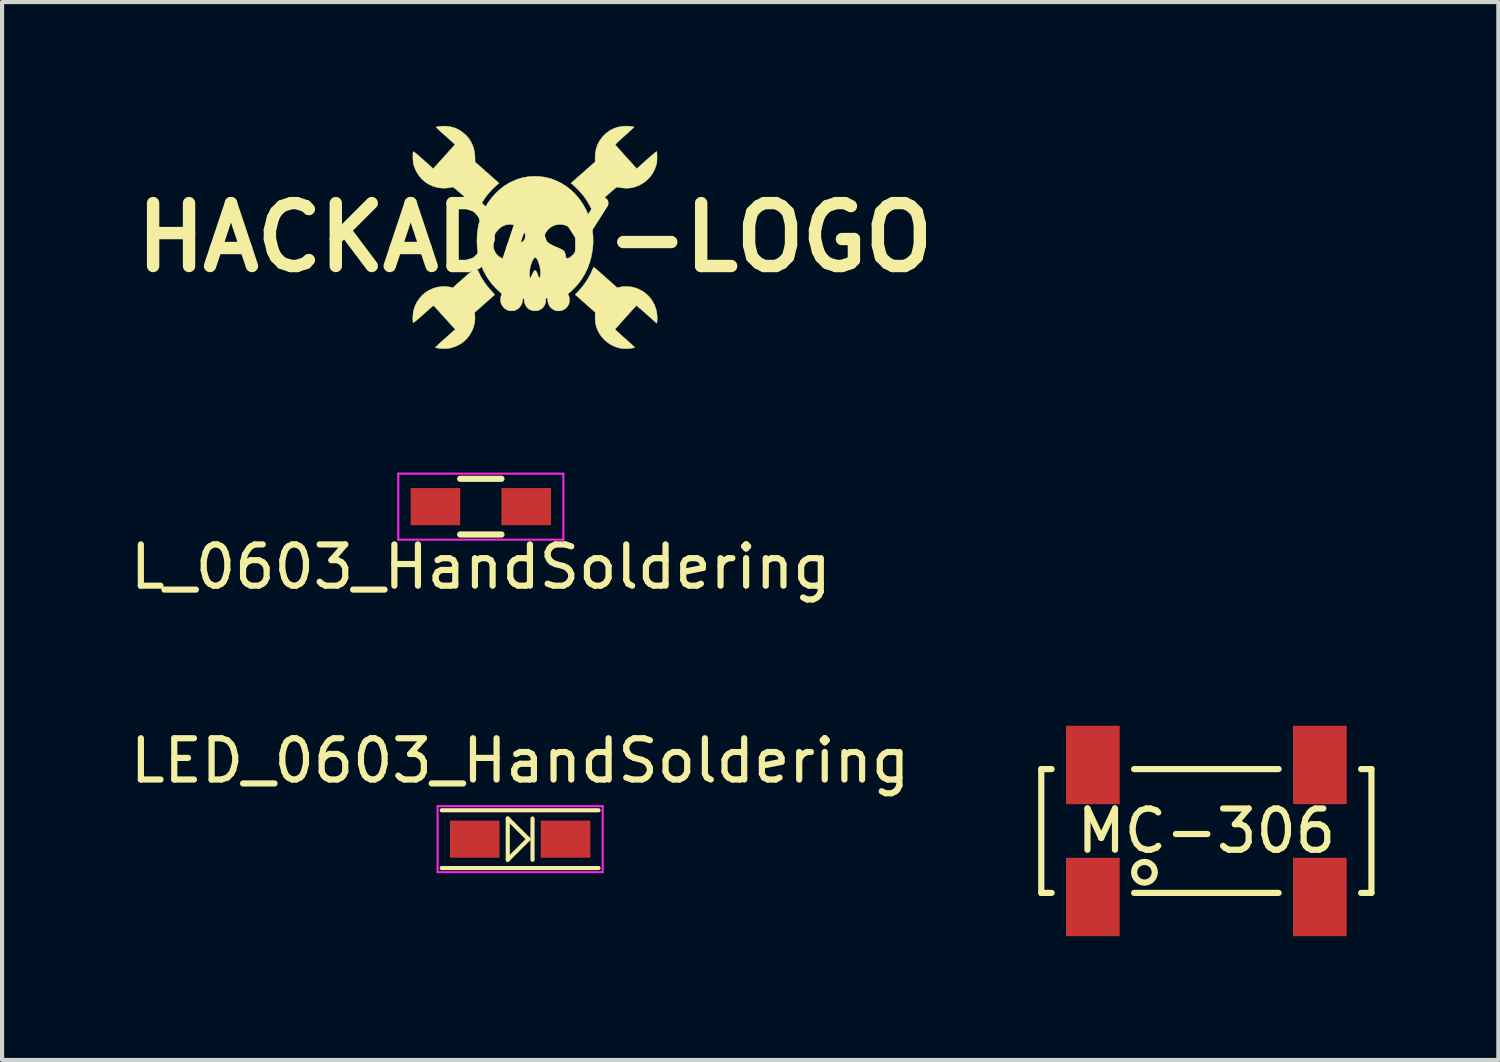
<source format=kicad_pcb>
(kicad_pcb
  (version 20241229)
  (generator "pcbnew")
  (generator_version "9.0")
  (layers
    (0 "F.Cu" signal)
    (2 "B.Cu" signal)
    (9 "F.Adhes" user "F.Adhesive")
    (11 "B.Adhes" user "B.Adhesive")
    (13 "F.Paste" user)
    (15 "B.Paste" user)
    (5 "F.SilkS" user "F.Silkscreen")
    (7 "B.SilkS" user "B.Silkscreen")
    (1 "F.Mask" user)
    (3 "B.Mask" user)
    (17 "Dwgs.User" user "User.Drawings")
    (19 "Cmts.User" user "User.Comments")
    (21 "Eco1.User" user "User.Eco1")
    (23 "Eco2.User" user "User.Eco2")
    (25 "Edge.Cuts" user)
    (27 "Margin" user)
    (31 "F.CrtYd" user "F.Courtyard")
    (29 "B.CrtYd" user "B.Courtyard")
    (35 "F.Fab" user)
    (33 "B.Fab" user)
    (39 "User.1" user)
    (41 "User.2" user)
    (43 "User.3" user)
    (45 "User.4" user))
  (footprint "LED_0603_HandSoldering"
    (layer "F.Cu")
    (at 9.554 17.284)
    (property "Reference" "LED_0603_HandSoldering" (at 0 -1.9 0) (layer "F.SilkS") (effects (font (size 1 1) (thickness 0.15))))
    (attr smd)
    (fp_line (start -1.9 0.7) (end 1.9 0.7) (stroke (width 0.1) (type solid)) (layer "F.SilkS"))
    (fp_line (start -0.3 -0.5) (end -0.3 0.5) (stroke (width 0.1) (type solid)) (layer "F.SilkS"))
    (fp_line (start -0.3 0.5) (end 0.2 0) (stroke (width 0.1) (type solid)) (layer "F.SilkS"))
    (fp_line (start 0.2 0) (end -0.3 -0.5) (stroke (width 0.1) (type solid)) (layer "F.SilkS"))
    (fp_line (start 0.3 -0.5) (end 0.3 0.5) (stroke (width 0.1) (type solid)) (layer "F.SilkS"))
    (fp_line (start 1.9 -0.7) (end -1.9 -0.7) (stroke (width 0.1) (type solid)) (layer "F.SilkS"))
    (fp_line (start -2 -0.8) (end -2 0.8) (stroke (width 0.05) (type solid)) (layer "F.CrtYd"))
    (fp_line (start -2 -0.8) (end 2 -0.8) (stroke (width 0.05) (type solid)) (layer "F.CrtYd"))
    (fp_line (start -2 0.8) (end 2 0.8) (stroke (width 0.05) (type solid)) (layer "F.CrtYd"))
    (fp_line (start 2 -0.8) (end 2 0.8) (stroke (width 0.05) (type solid)) (layer "F.CrtYd"))
    (pad "1" smd rect (at -1.1 0) (size 1.2 0.9) (layers "F.Cu" "F.Mask" "F.Paste"))
    (pad "2" smd rect (at 1.1 0) (size 1.2 0.9) (layers "F.Cu" "F.Mask" "F.Paste")))
  (footprint "HACKADAY-LOGO"
    (layer "F.Cu")
    (at 9.913 2.706)
    (property "Reference" "HACKADAY-LOGO" (at 0 0 0) (layer "F.SilkS") (effects (font (size 1.524 1.524) (thickness 0.3))))
    (attr through_hole)
    (fp_poly (pts (xy 1.435 0.726) (xy 1.454 0.742) (xy 1.483 0.766) (xy 1.521 0.799) (xy 1.566 0.838) (xy 1.617 0.883) (xy 1.673 0.932) (xy 1.713 0.968) (xy 1.991 1.216) (xy 2.064 1.2) (xy 2.131 1.19) (xy 2.207 1.187) (xy 2.284 1.191) (xy 2.357 1.2) (xy 2.404 1.211) (xy 2.512 1.25) (xy 2.611 1.302) (xy 2.699 1.368) (xy 2.777 1.444) (xy 2.842 1.532) (xy 2.895 1.628) (xy 2.933 1.733) (xy 2.947 1.791) (xy 2.956 1.847) (xy 2.961 1.908) (xy 2.962 1.969) (xy 2.959 2.022) (xy 2.956 2.044) (xy 2.951 2.076) (xy 2.706 1.859) (xy 2.652 1.811) (xy 2.601 1.767) (xy 2.556 1.728) (xy 2.517 1.696) (xy 2.487 1.671) (xy 2.466 1.654) (xy 2.456 1.648) (xy 2.455 1.648) (xy 2.364 1.749) (xy 2.28 1.842) (xy 2.205 1.925) (xy 2.138 2) (xy 2.08 2.064) (xy 2.032 2.119) (xy 1.993 2.163) (xy 1.965 2.196) (xy 1.947 2.217) (xy 1.941 2.226) (xy 1.941 2.227) (xy 1.947 2.234) (xy 1.965 2.251) (xy 1.993 2.276) (xy 2.029 2.309) (xy 2.073 2.349) (xy 2.122 2.393) (xy 2.175 2.44) (xy 2.183 2.447) (xy 2.237 2.495) (xy 2.286 2.539) (xy 2.329 2.578) (xy 2.366 2.612) (xy 2.394 2.638) (xy 2.412 2.656) (xy 2.419 2.663) (xy 2.419 2.664) (xy 2.41 2.667) (xy 2.388 2.672) (xy 2.358 2.678) (xy 2.35 2.68) (xy 2.291 2.688) (xy 2.223 2.691) (xy 2.154 2.69) (xy 2.09 2.685) (xy 2.053 2.678) (xy 1.949 2.648) (xy 1.85 2.602) (xy 1.759 2.543) (xy 1.677 2.473) (xy 1.606 2.392) (xy 1.547 2.301) (xy 1.507 2.216) (xy 1.481 2.137) (xy 1.465 2.059) (xy 1.458 1.976) (xy 1.458 1.916) (xy 1.46 1.812) (xy 1.249 1.625) (xy 1.197 1.579) (xy 1.147 1.535) (xy 1.103 1.495) (xy 1.064 1.461) (xy 1.034 1.434) (xy 1.013 1.416) (xy 1.006 1.409) (xy 0.975 1.382) (xy 1.047 1.307) (xy 1.137 1.206) (xy 1.22 1.096) (xy 1.294 0.98) (xy 1.357 0.862) (xy 1.386 0.798) (xy 1.4 0.765) (xy 1.413 0.739) (xy 1.423 0.724) (xy 1.427 0.72) (xy 1.435 0.726)) (stroke (width 0.01) (type solid)) (fill yes) (layer "F.SilkS"))
    (fp_poly (pts (xy -2.183 -2.699) (xy -2.166 -2.699) (xy -2.056 -2.687) (xy -1.953 -2.66) (xy -1.856 -2.618) (xy -1.765 -2.56) (xy -1.678 -2.486) (xy -1.678 -2.486) (xy -1.605 -2.405) (xy -1.547 -2.314) (xy -1.502 -2.214) (xy -1.471 -2.107) (xy -1.455 -1.993) (xy -1.453 -1.938) (xy -1.452 -1.832) (xy -1.291 -1.689) (xy -1.237 -1.641) (xy -1.178 -1.589) (xy -1.119 -1.536) (xy -1.063 -1.486) (xy -1.014 -1.443) (xy -1 -1.431) (xy -0.871 -1.318) (xy -0.907 -1.288) (xy -1.007 -1.198) (xy -1.103 -1.096) (xy -1.193 -0.984) (xy -1.272 -0.867) (xy -1.329 -0.767) (xy -1.346 -0.736) (xy -1.36 -0.712) (xy -1.369 -0.697) (xy -1.372 -0.695) (xy -1.379 -0.7) (xy -1.397 -0.716) (xy -1.426 -0.741) (xy -1.463 -0.774) (xy -1.508 -0.813) (xy -1.559 -0.858) (xy -1.616 -0.909) (xy -1.676 -0.962) (xy -1.749 -1.026) (xy -1.81 -1.08) (xy -1.861 -1.124) (xy -1.902 -1.159) (xy -1.934 -1.185) (xy -1.958 -1.204) (xy -1.976 -1.217) (xy -1.987 -1.223) (xy -1.994 -1.224) (xy -2.064 -1.209) (xy -2.141 -1.199) (xy -2.217 -1.196) (xy -2.248 -1.197) (xy -2.36 -1.211) (xy -2.466 -1.241) (xy -2.565 -1.286) (xy -2.657 -1.344) (xy -2.739 -1.416) (xy -2.811 -1.499) (xy -2.87 -1.594) (xy -2.884 -1.621) (xy -2.914 -1.69) (xy -2.936 -1.753) (xy -2.949 -1.816) (xy -2.956 -1.885) (xy -2.958 -1.947) (xy -2.958 -1.992) (xy -2.956 -2.031) (xy -2.954 -2.06) (xy -2.95 -2.076) (xy -2.95 -2.077) (xy -2.946 -2.079) (xy -2.938 -2.077) (xy -2.926 -2.07) (xy -2.909 -2.058) (xy -2.885 -2.04) (xy -2.855 -2.014) (xy -2.816 -1.981) (xy -2.769 -1.94) (xy -2.712 -1.889) (xy -2.645 -1.829) (xy -2.566 -1.758) (xy -2.534 -1.73) (xy -2.465 -1.667) (xy -2.201 -1.96) (xy -1.937 -2.253) (xy -1.954 -2.272) (xy -1.965 -2.282) (xy -1.986 -2.301) (xy -2.017 -2.329) (xy -2.056 -2.364) (xy -2.101 -2.404) (xy -2.15 -2.448) (xy -2.187 -2.481) (xy -2.244 -2.531) (xy -2.293 -2.575) (xy -2.333 -2.613) (xy -2.364 -2.643) (xy -2.384 -2.664) (xy -2.393 -2.675) (xy -2.393 -2.677) (xy -2.371 -2.685) (xy -2.336 -2.692) (xy -2.29 -2.697) (xy -2.238 -2.699) (xy -2.183 -2.699)) (stroke (width 0.01) (type solid)) (fill yes) (layer "F.SilkS"))
    (fp_poly (pts (xy -1.418 0.727) (xy -1.408 0.747) (xy -1.394 0.776) (xy -1.382 0.802) (xy -1.309 0.951) (xy -1.221 1.091) (xy -1.12 1.222) (xy -1.059 1.289) (xy -1.028 1.323) (xy -1.003 1.351) (xy -0.986 1.373) (xy -0.978 1.386) (xy -0.979 1.388) (xy -0.987 1.395) (xy -1.006 1.412) (xy -1.034 1.437) (xy -1.071 1.47) (xy -1.114 1.507) (xy -1.161 1.549) (xy -1.181 1.567) (xy -1.232 1.612) (xy -1.281 1.656) (xy -1.326 1.695) (xy -1.365 1.729) (xy -1.395 1.757) (xy -1.416 1.775) (xy -1.419 1.778) (xy -1.462 1.816) (xy -1.456 1.875) (xy -1.453 1.967) (xy -1.463 2.063) (xy -1.486 2.16) (xy -1.522 2.253) (xy -1.525 2.259) (xy -1.58 2.358) (xy -1.647 2.445) (xy -1.726 2.521) (xy -1.816 2.585) (xy -1.914 2.635) (xy -2.021 2.67) (xy -2.064 2.68) (xy -2.118 2.687) (xy -2.18 2.691) (xy -2.244 2.691) (xy -2.305 2.687) (xy -2.353 2.679) (xy -2.382 2.673) (xy -2.405 2.668) (xy -2.415 2.665) (xy -2.411 2.659) (xy -2.395 2.643) (xy -2.369 2.618) (xy -2.335 2.586) (xy -2.293 2.547) (xy -2.244 2.504) (xy -2.191 2.456) (xy -2.177 2.444) (xy -1.931 2.225) (xy -2.058 2.086) (xy -2.104 2.035) (xy -2.157 1.976) (xy -2.213 1.914) (xy -2.268 1.854) (xy -2.317 1.799) (xy -2.321 1.795) (xy -2.365 1.747) (xy -2.399 1.71) (xy -2.424 1.684) (xy -2.442 1.666) (xy -2.455 1.656) (xy -2.464 1.652) (xy -2.47 1.653) (xy -2.472 1.654) (xy -2.481 1.662) (xy -2.501 1.68) (xy -2.531 1.707) (xy -2.569 1.74) (xy -2.614 1.78) (xy -2.664 1.824) (xy -2.716 1.87) (xy -2.777 1.925) (xy -2.828 1.969) (xy -2.867 2.003) (xy -2.898 2.028) (xy -2.921 2.046) (xy -2.937 2.057) (xy -2.946 2.062) (xy -2.952 2.061) (xy -2.953 2.06) (xy -2.956 2.041) (xy -2.958 2.008) (xy -2.959 1.967) (xy -2.958 1.921) (xy -2.955 1.875) (xy -2.952 1.831) (xy -2.947 1.794) (xy -2.944 1.775) (xy -2.909 1.666) (xy -2.861 1.566) (xy -2.8 1.476) (xy -2.729 1.396) (xy -2.648 1.328) (xy -2.558 1.272) (xy -2.461 1.23) (xy -2.358 1.201) (xy -2.249 1.188) (xy -2.172 1.188) (xy -2.128 1.191) (xy -2.086 1.196) (xy -2.05 1.202) (xy -2.034 1.205) (xy -1.989 1.218) (xy -1.945 1.177) (xy -1.912 1.147) (xy -1.872 1.111) (xy -1.826 1.071) (xy -1.777 1.027) (xy -1.726 0.982) (xy -1.674 0.936) (xy -1.623 0.891) (xy -1.574 0.849) (xy -1.53 0.81) (xy -1.491 0.777) (xy -1.46 0.75) (xy -1.437 0.731) (xy -1.425 0.721) (xy -1.424 0.72) (xy -1.418 0.727)) (stroke (width 0.01) (type solid)) (fill yes) (layer "F.SilkS"))
    (fp_poly (pts (xy 2.25 -2.7) (xy 2.296 -2.696) (xy 2.337 -2.692) (xy 2.371 -2.686) (xy 2.393 -2.679) (xy 2.398 -2.676) (xy 2.393 -2.67) (xy 2.377 -2.653) (xy 2.351 -2.628) (xy 2.316 -2.595) (xy 2.274 -2.557) (xy 2.226 -2.514) (xy 2.174 -2.467) (xy 2.172 -2.465) (xy 2.104 -2.404) (xy 2.048 -2.353) (xy 2.003 -2.312) (xy 1.971 -2.28) (xy 1.952 -2.259) (xy 1.945 -2.249) (xy 1.945 -2.248) (xy 1.952 -2.24) (xy 1.969 -2.22) (xy 1.995 -2.191) (xy 2.029 -2.153) (xy 2.07 -2.108) (xy 2.116 -2.056) (xy 2.166 -2) (xy 2.209 -1.953) (xy 2.466 -1.668) (xy 2.522 -1.718) (xy 2.606 -1.792) (xy 2.677 -1.856) (xy 2.738 -1.91) (xy 2.789 -1.954) (xy 2.831 -1.991) (xy 2.865 -2.02) (xy 2.892 -2.043) (xy 2.912 -2.06) (xy 2.927 -2.071) (xy 2.937 -2.079) (xy 2.944 -2.082) (xy 2.948 -2.083) (xy 2.951 -2.082) (xy 2.954 -2.07) (xy 2.956 -2.044) (xy 2.958 -2.006) (xy 2.958 -1.959) (xy 2.958 -1.949) (xy 2.957 -1.892) (xy 2.955 -1.848) (xy 2.951 -1.812) (xy 2.945 -1.779) (xy 2.939 -1.757) (xy 2.902 -1.652) (xy 2.85 -1.554) (xy 2.786 -1.465) (xy 2.709 -1.386) (xy 2.623 -1.32) (xy 2.527 -1.266) (xy 2.423 -1.226) (xy 2.399 -1.219) (xy 2.321 -1.203) (xy 2.242 -1.196) (xy 2.158 -1.198) (xy 2.066 -1.21) (xy 1.998 -1.223) (xy 1.992 -1.223) (xy 1.983 -1.22) (xy 1.97 -1.213) (xy 1.953 -1.2) (xy 1.93 -1.182) (xy 1.9 -1.157) (xy 1.862 -1.125) (xy 1.815 -1.084) (xy 1.757 -1.033) (xy 1.689 -0.972) (xy 1.676 -0.961) (xy 1.616 -0.908) (xy 1.559 -0.858) (xy 1.508 -0.812) (xy 1.463 -0.773) (xy 1.425 -0.74) (xy 1.397 -0.715) (xy 1.378 -0.7) (xy 1.371 -0.694) (xy 1.366 -0.701) (xy 1.355 -0.72) (xy 1.341 -0.747) (xy 1.334 -0.76) (xy 1.296 -0.83) (xy 1.249 -0.907) (xy 1.196 -0.984) (xy 1.156 -1.037) (xy 1.131 -1.067) (xy 1.099 -1.103) (xy 1.061 -1.142) (xy 1.022 -1.183) (xy 0.983 -1.221) (xy 0.948 -1.255) (xy 0.918 -1.282) (xy 0.896 -1.299) (xy 0.895 -1.299) (xy 0.871 -1.315) (xy 0.92 -1.358) (xy 0.937 -1.373) (xy 0.965 -1.399) (xy 1.003 -1.432) (xy 1.048 -1.472) (xy 1.098 -1.516) (xy 1.153 -1.565) (xy 1.21 -1.615) (xy 1.214 -1.618) (xy 1.459 -1.835) (xy 1.457 -1.932) (xy 1.463 -2.046) (xy 1.484 -2.155) (xy 1.52 -2.258) (xy 1.572 -2.353) (xy 1.574 -2.355) (xy 1.643 -2.447) (xy 1.723 -2.526) (xy 1.811 -2.591) (xy 1.907 -2.641) (xy 2.011 -2.676) (xy 2.12 -2.696) (xy 2.205 -2.701) (xy 2.25 -2.7)) (stroke (width 0.01) (type solid)) (fill yes) (layer "F.SilkS"))
    (fp_poly (pts (xy 0.095 -1.481) (xy 0.239 -1.463) (xy 0.379 -1.429) (xy 0.513 -1.379) (xy 0.642 -1.315) (xy 0.765 -1.237) (xy 0.88 -1.145) (xy 0.986 -1.041) (xy 1.083 -0.924) (xy 1.17 -0.796) (xy 1.246 -0.657) (xy 1.252 -0.643) (xy 1.314 -0.494) (xy 1.36 -0.34) (xy 1.391 -0.182) (xy 1.408 -0.022) (xy 1.409 0.138) (xy 1.395 0.298) (xy 1.367 0.455) (xy 1.325 0.609) (xy 1.268 0.758) (xy 1.198 0.901) (xy 1.113 1.036) (xy 1.042 1.129) (xy 1.008 1.169) (xy 0.965 1.214) (xy 0.919 1.26) (xy 0.874 1.303) (xy 0.834 1.337) (xy 0.828 1.343) (xy 0.796 1.368) (xy 0.815 1.406) (xy 0.825 1.43) (xy 0.831 1.456) (xy 0.834 1.49) (xy 0.834 1.516) (xy 0.833 1.554) (xy 0.83 1.582) (xy 0.823 1.606) (xy 0.811 1.631) (xy 0.782 1.674) (xy 0.743 1.714) (xy 0.699 1.746) (xy 0.664 1.763) (xy 0.615 1.775) (xy 0.56 1.778) (xy 0.508 1.772) (xy 0.498 1.769) (xy 0.456 1.752) (xy 0.413 1.723) (xy 0.375 1.688) (xy 0.358 1.667) (xy 0.339 1.634) (xy 0.323 1.594) (xy 0.312 1.554) (xy 0.307 1.517) (xy 0.308 1.497) (xy 0.31 1.48) (xy 0.302 1.474) (xy 0.288 1.473) (xy 0.262 1.473) (xy 0.262 1.527) (xy 0.255 1.589) (xy 0.232 1.644) (xy 0.197 1.693) (xy 0.152 1.732) (xy 0.097 1.76) (xy 0.036 1.775) (xy -0.013 1.776) (xy -0.078 1.765) (xy -0.137 1.74) (xy -0.186 1.702) (xy -0.224 1.653) (xy -0.25 1.595) (xy -0.261 1.53) (xy -0.264 1.499) (xy -0.267 1.482) (xy -0.273 1.474) (xy -0.279 1.473) (xy -0.288 1.476) (xy -0.294 1.488) (xy -0.297 1.513) (xy -0.299 1.525) (xy -0.313 1.591) (xy -0.341 1.65) (xy -0.381 1.701) (xy -0.432 1.741) (xy -0.474 1.762) (xy -0.519 1.773) (xy -0.57 1.777) (xy -0.62 1.774) (xy -0.654 1.765) (xy -0.714 1.734) (xy -0.764 1.69) (xy -0.804 1.633) (xy -0.818 1.604) (xy -0.829 1.566) (xy -0.833 1.518) (xy -0.832 1.468) (xy -0.824 1.422) (xy -0.818 1.403) (xy -0.802 1.363) (xy -0.839 1.331) (xy -0.959 1.219) (xy -1.065 1.097) (xy -1.158 0.965) (xy -1.197 0.895) (xy -0.134 0.895) (xy -0.131 0.933) (xy -0.125 0.959) (xy -0.117 0.972) (xy -0.107 0.972) (xy -0.095 0.956) (xy -0.088 0.942) (xy -0.065 0.889) (xy -0.044 0.846) (xy -0.025 0.816) (xy -0.01 0.801) (xy -0.007 0.799) (xy 0.014 0.801) (xy 0.033 0.82) (xy 0.052 0.854) (xy 0.069 0.9) (xy 0.081 0.94) (xy 0.092 0.965) (xy 0.101 0.976) (xy 0.109 0.976) (xy 0.116 0.969) (xy 0.125 0.95) (xy 0.132 0.925) (xy 0.132 0.924) (xy 0.136 0.881) (xy 0.135 0.83) (xy 0.129 0.775) (xy 0.119 0.717) (xy 0.105 0.659) (xy 0.089 0.606) (xy 0.071 0.559) (xy 0.052 0.522) (xy 0.032 0.497) (xy 0.022 0.49) (xy 0.005 0.485) (xy -0.009 0.489) (xy -0.021 0.5) (xy -0.044 0.529) (xy -0.066 0.572) (xy -0.087 0.625) (xy -0.105 0.685) (xy -0.12 0.748) (xy -0.129 0.812) (xy -0.132 0.847) (xy -0.134 0.895) (xy -1.197 0.895) (xy -1.237 0.824) (xy -1.302 0.673) (xy -1.352 0.513) (xy -1.355 0.503) (xy -1.379 0.395) (xy -1.395 0.288) (xy -1.403 0.174) (xy -1.405 0.11) (xy -1.018 0.11) (xy -1.012 0.201) (xy -0.997 0.279) (xy -0.971 0.346) (xy -0.933 0.403) (xy -0.883 0.452) (xy -0.84 0.483) (xy -0.808 0.501) (xy -0.785 0.507) (xy -0.768 0.502) (xy -0.76 0.496) (xy -0.752 0.481) (xy -0.745 0.456) (xy -0.742 0.434) (xy -0.732 0.384) (xy -0.713 0.346) (xy -0.684 0.314) (xy -0.64 0.286) (xy -0.639 0.286) (xy -0.604 0.268) (xy -0.56 0.248) (xy -0.515 0.229) (xy -0.5 0.223) (xy -0.415 0.186) (xy -0.347 0.146) (xy -0.295 0.103) (xy -0.259 0.057) (xy -0.238 0.008) (xy -0.233 -0.034) (xy 0.236 -0.034) (xy 0.242 0.008) (xy 0.259 0.052) (xy 0.283 0.091) (xy 0.298 0.107) (xy 0.331 0.133) (xy 0.374 0.161) (xy 0.422 0.188) (xy 0.469 0.21) (xy 0.485 0.217) (xy 0.548 0.242) (xy 0.603 0.266) (xy 0.649 0.289) (xy 0.682 0.309) (xy 0.692 0.317) (xy 0.715 0.345) (xy 0.733 0.384) (xy 0.743 0.427) (xy 0.745 0.45) (xy 0.75 0.482) (xy 0.764 0.5) (xy 0.788 0.505) (xy 0.819 0.496) (xy 0.857 0.473) (xy 0.87 0.464) (xy 0.919 0.421) (xy 0.956 0.376) (xy 0.983 0.325) (xy 1.002 0.264) (xy 1.013 0.21) (xy 1.021 0.121) (xy 1.016 0.041) (xy 0.997 -0.033) (xy 0.963 -0.102) (xy 0.913 -0.168) (xy 0.885 -0.199) (xy 0.834 -0.246) (xy 0.782 -0.279) (xy 0.727 -0.301) (xy 0.665 -0.315) (xy 0.584 -0.319) (xy 0.506 -0.307) (xy 0.432 -0.28) (xy 0.365 -0.238) (xy 0.338 -0.215) (xy 0.289 -0.162) (xy 0.256 -0.112) (xy 0.239 -0.065) (xy 0.236 -0.034) (xy -0.233 -0.034) (xy -0.233 -0.035) (xy -0.234 -0.06) (xy -0.238 -0.08) (xy -0.247 -0.1) (xy -0.263 -0.126) (xy -0.275 -0.144) (xy -0.325 -0.207) (xy -0.38 -0.254) (xy -0.442 -0.286) (xy -0.447 -0.288) (xy -0.531 -0.312) (xy -0.612 -0.32) (xy -0.69 -0.311) (xy -0.764 -0.286) (xy -0.832 -0.245) (xy -0.895 -0.188) (xy -0.95 -0.119) (xy -0.984 -0.061) (xy -1.005 -0.002) (xy -1.016 0.062) (xy -1.018 0.11) (xy -1.405 0.11) (xy -1.405 0.076) (xy -1.4 -0.076) (xy -1.383 -0.219) (xy -1.354 -0.356) (xy -1.311 -0.493) (xy -1.286 -0.558) (xy -1.22 -0.703) (xy -1.142 -0.837) (xy -1.05 -0.962) (xy -0.944 -1.08) (xy -0.936 -1.088) (xy -0.841 -1.176) (xy -0.744 -1.25) (xy -0.641 -1.314) (xy -0.58 -1.346) (xy -0.447 -1.405) (xy -0.313 -1.447) (xy -0.177 -1.473) (xy -0.036 -1.484) (xy 0.095 -1.481)) (stroke (width 0.01) (type solid)) (fill yes) (layer "F.SilkS")))
  (footprint "MC-306"
    (layer "F.Cu")
    (at 26.182 17.086)
    (property "Reference" "MC-306" (at 0 0 0) (layer "F.SilkS") (effects (font (size 1 1) (thickness 0.15))))
    (attr through_hole)
    (fp_line (start -4 -1.5) (end -3.75 -1.5) (stroke (width 0.15) (type solid)) (layer "F.SilkS"))
    (fp_line (start -4 1.5) (end -4 -1.5) (stroke (width 0.15) (type solid)) (layer "F.SilkS"))
    (fp_line (start -4 1.5) (end -3.75 1.5) (stroke (width 0.15) (type solid)) (layer "F.SilkS"))
    (fp_line (start -1.75 -1.5) (end 1.75 -1.5) (stroke (width 0.15) (type solid)) (layer "F.SilkS"))
    (fp_line (start -1.75 1.5) (end 1.75 1.5) (stroke (width 0.15) (type solid)) (layer "F.SilkS"))
    (fp_line (start 3.75 -1.5) (end 4 -1.5) (stroke (width 0.15) (type solid)) (layer "F.SilkS"))
    (fp_line (start 3.75 1.5) (end 4 1.5) (stroke (width 0.15) (type solid)) (layer "F.SilkS"))
    (fp_line (start 4 1.5) (end 4 -1.5) (stroke (width 0.15) (type solid)) (layer "F.SilkS"))
    (fp_circle (center -1.5 1) (end -1.25 1) (stroke (width 0.15) (type solid)) (fill no) (layer "F.SilkS"))
    (pad "1" smd rect (at -2.75 1.6) (size 1.3 1.9) (layers "F.Cu" "F.Mask" "F.Paste"))
    (pad "2" smd rect (at 2.75 1.6) (size 1.3 1.9) (layers "F.Cu" "F.Mask" "F.Paste"))
    (pad "3" smd rect (at 2.75 -1.6) (size 1.3 1.9) (layers "F.Cu" "F.Mask" "F.Paste"))
    (pad "4" smd rect (at -2.75 -1.6) (size 1.3 1.9) (layers "F.Cu" "F.Mask" "F.Paste")))
  (footprint "L_0603_HandSoldering"
    (layer "F.Cu")
    (at 8.601 9.227)
    (property "Reference" "L_0603_HandSoldering" (at 0 1.46 0) (layer "F.SilkS") (effects (font (size 1 1) (thickness 0.15))))
    (attr smd)
    (fp_line (start -0.5 -0.675) (end 0.5 -0.675) (stroke (width 0.15) (type solid)) (layer "F.SilkS"))
    (fp_line (start 0.5 0.675) (end -0.5 0.675) (stroke (width 0.15) (type solid)) (layer "F.SilkS"))
    (fp_line (start -2 -0.8) (end -2 0.8) (stroke (width 0.05) (type solid)) (layer "F.CrtYd"))
    (fp_line (start -2 -0.8) (end 2 -0.8) (stroke (width 0.05) (type solid)) (layer "F.CrtYd"))
    (fp_line (start -2 0.8) (end 2 0.8) (stroke (width 0.05) (type solid)) (layer "F.CrtYd"))
    (fp_line (start 2 -0.8) (end 2 0.8) (stroke (width 0.05) (type solid)) (layer "F.CrtYd"))
    (pad "1" smd rect (at -1.1 0) (size 1.2 0.9) (layers "F.Cu" "F.Mask" "F.Paste"))
    (pad "2" smd rect (at 1.1 0) (size 1.2 0.9) (layers "F.Cu" "F.Mask" "F.Paste")))
  (gr_rect
    (start -3 -3)
    (end 33.257 22.636)
    (stroke (width 0.1) (type default))
    (fill no)
    (layer "Edge.Cuts")))
</source>
